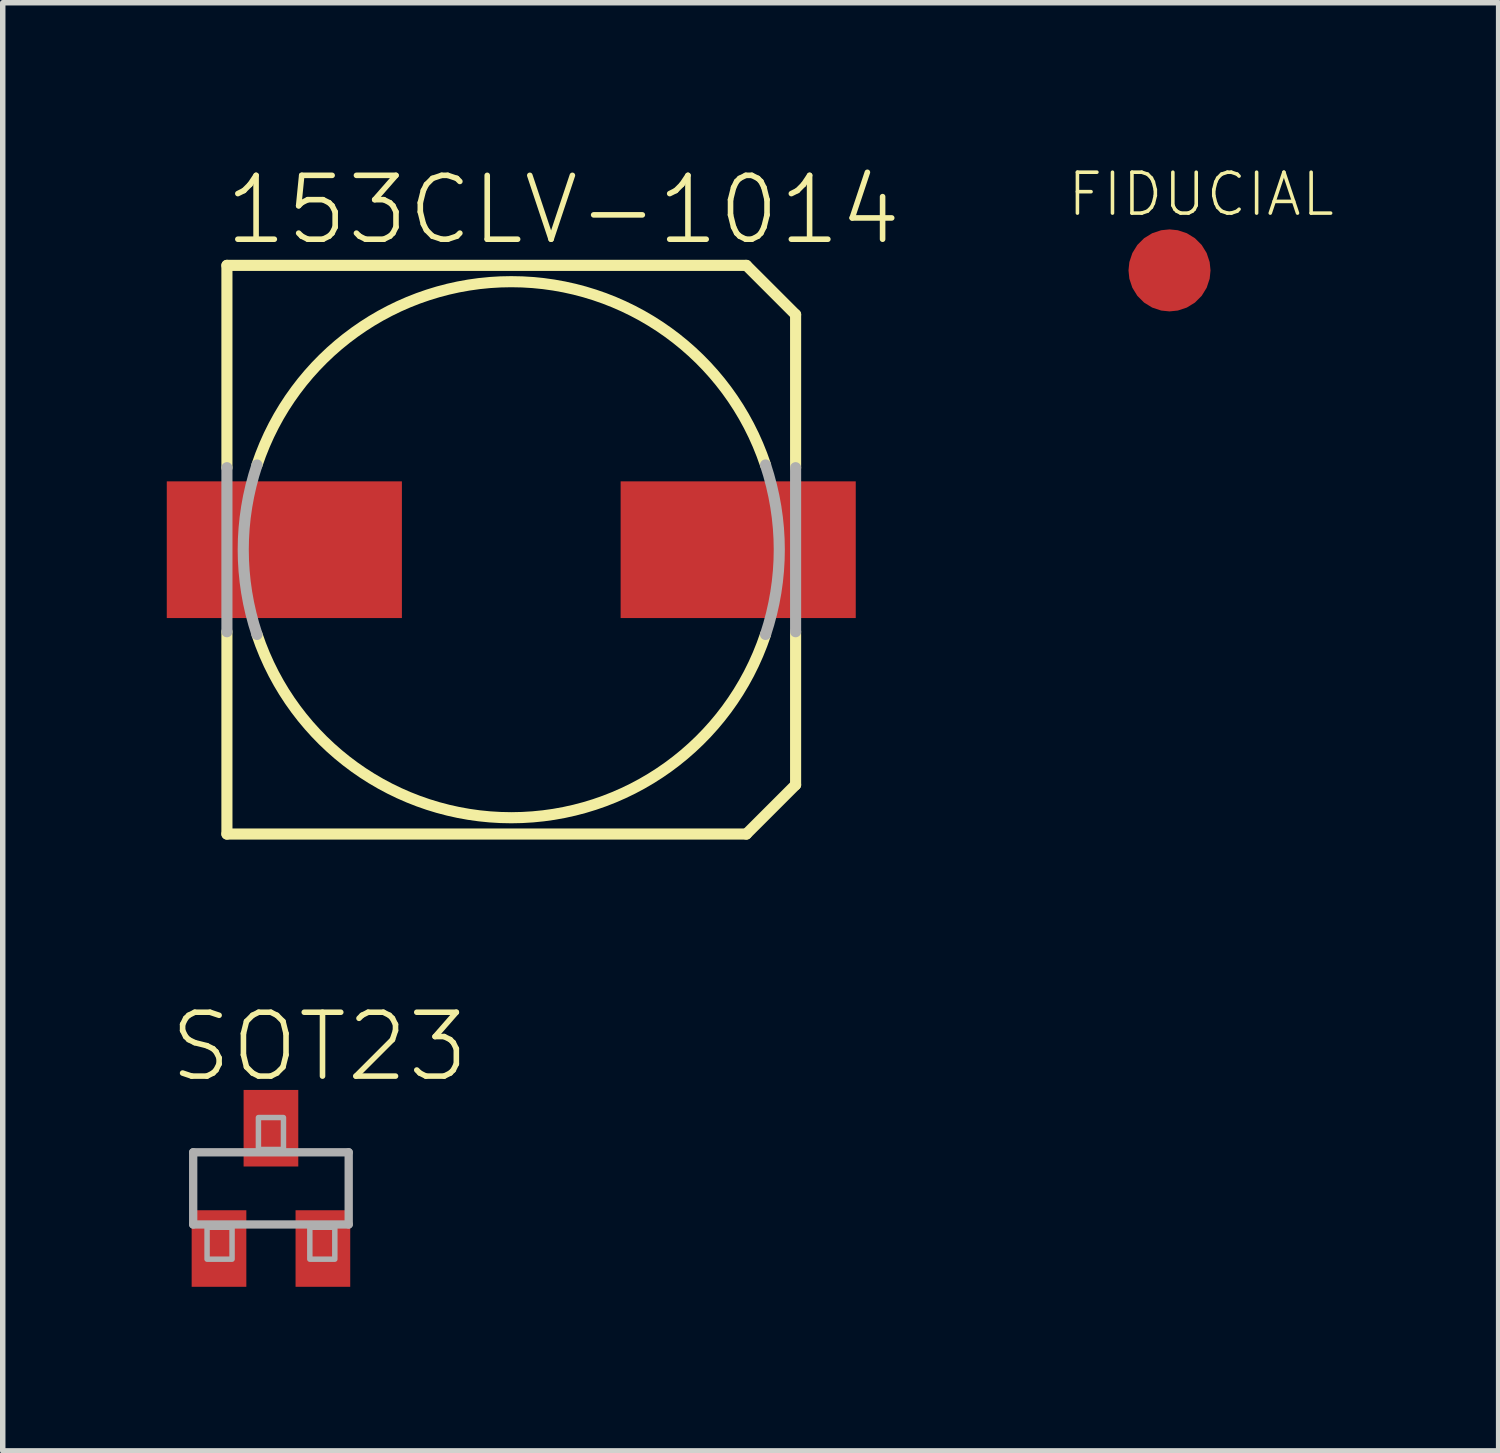
<source format=kicad_pcb>
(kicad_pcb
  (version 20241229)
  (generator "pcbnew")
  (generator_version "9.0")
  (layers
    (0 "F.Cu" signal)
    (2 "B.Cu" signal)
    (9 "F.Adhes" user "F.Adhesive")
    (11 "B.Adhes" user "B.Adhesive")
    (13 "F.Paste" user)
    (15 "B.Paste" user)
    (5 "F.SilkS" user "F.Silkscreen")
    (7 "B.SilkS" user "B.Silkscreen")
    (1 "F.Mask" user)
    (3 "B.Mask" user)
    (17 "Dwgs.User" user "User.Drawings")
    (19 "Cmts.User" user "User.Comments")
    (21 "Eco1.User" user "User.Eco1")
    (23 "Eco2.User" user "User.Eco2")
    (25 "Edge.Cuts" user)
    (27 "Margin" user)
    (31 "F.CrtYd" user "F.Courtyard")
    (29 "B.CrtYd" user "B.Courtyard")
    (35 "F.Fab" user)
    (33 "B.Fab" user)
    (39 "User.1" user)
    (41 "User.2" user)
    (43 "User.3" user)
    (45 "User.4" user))
  (footprint "SOT23"
    (layer "F.Cu")
    (at 1.905 18.683)
    (property "Reference" "SOT23" (at -1.905 -1.905 0) (layer "F.SilkS") (effects (font (size 1.168 1.168) (thickness 0.102)) (justify left bottom)))
    (fp_line (start -1.422 -0.66) (end 1.422 -0.66) (stroke (width 0.152) (type solid)) (layer "F.Fab"))
    (fp_line (start -1.422 0.66) (end -1.422 -0.66) (stroke (width 0.152) (type solid)) (layer "F.Fab"))
    (fp_line (start 1.422 -0.66) (end 1.422 0.66) (stroke (width 0.152) (type solid)) (layer "F.Fab"))
    (fp_line (start 1.422 0.66) (end -1.422 0.66) (stroke (width 0.152) (type solid)) (layer "F.Fab"))
    (fp_poly (pts (xy -1.168 1.295) (xy -0.711 1.295) (xy -0.711 0.711) (xy -1.168 0.711)) (stroke (width 0.1) (type default)) (fill no) (layer "F.Fab"))
    (fp_poly (pts (xy -0.229 -0.711) (xy 0.229 -0.711) (xy 0.229 -1.295) (xy -0.229 -1.295)) (stroke (width 0.1) (type default)) (fill no) (layer "F.Fab"))
    (fp_poly (pts (xy 0.711 1.295) (xy 1.168 1.295) (xy 1.168 0.711) (xy 0.711 0.711)) (stroke (width 0.1) (type default)) (fill no) (layer "F.Fab"))
    (pad "1" smd rect (at -0.95 1.1) (size 1 1.4) (layers "F.Cu" "F.Mask" "F.Paste"))
    (pad "2" smd rect (at 0.95 1.1) (size 1 1.4) (layers "F.Cu" "F.Mask" "F.Paste"))
    (pad "3" smd rect (at 0 -1.1) (size 1 1.4) (layers "F.Cu" "F.Mask" "F.Paste")))
  (footprint "FIDUCIAL"
    (layer "F.Cu")
    (at 18.338 1.895)
    (property "Reference" "FIDUCIAL" (at -1.905 -0.953 0) (layer "F.SilkS") (effects (font (size 0.748 0.748) (thickness 0.065)) (justify left bottom)))
    (fp_circle (center 0 0) (end 0.898 0) (stroke (width 1.796) (type solid)) (fill yes) (layer "F.Mask"))
    (pad "P$1" smd roundrect (at 0 0) (size 1.5 1.5) (layers "F.Cu" "F.Mask") (roundrect_rratio 0.5))
    (zone (net_name "") (layer "F.Cu") (hatch edge 0.5) (connect_pads) (min_thickness 0.25) (filled_areas_thickness no) (keepout (tracks not_allowed) (vias not_allowed) (pads not_allowed) (copperpour not_allowed) (footprints allowed)) (placement (enabled no)) (fill) (polygon (pts (xy 20.134 1.895) (xy 20.114 1.628) (xy 20.054 1.366) (xy 19.956 1.116) (xy 19.822 0.884) (xy 19.654 0.674) (xy 19.458 0.491) (xy 19.236 0.34) (xy 18.994 0.223) (xy 18.737 0.144) (xy 18.472 0.104) (xy 18.204 0.104) (xy 17.938 0.144) (xy 17.682 0.223) (xy 17.44 0.34) (xy 17.218 0.491) (xy 17.021 0.674) (xy 16.854 0.884) (xy 16.72 1.116) (xy 16.622 1.366) (xy 16.562 1.628) (xy 16.542 1.895) (xy 16.562 2.163) (xy 16.622 2.425) (xy 16.72 2.675) (xy 16.854 2.907) (xy 17.021 3.117) (xy 17.218 3.3) (xy 17.44 3.451) (xy 17.682 3.567) (xy 17.938 3.646) (xy 18.204 3.686) (xy 18.472 3.686) (xy 18.737 3.646) (xy 18.994 3.567) (xy 19.236 3.451) (xy 19.458 3.3) (xy 19.654 3.117) (xy 19.822 2.907) (xy 19.956 2.675) (xy 20.054 2.425) (xy 20.114 2.163)))))
  (footprint "153CLV-1014"
    (layer "F.Cu")
    (at 6.3 7.003)
    (property "Reference" "153CLV-1014" (at -5.29 -5.53 0) (layer "F.SilkS") (effects (font (size 1.168 1.168) (thickness 0.102)) (justify left bottom)))
    (fp_line (start -5.2 -5.2) (end 4.3 -5.2) (stroke (width 0.203) (type solid)) (layer "F.SilkS"))
    (fp_line (start -5.2 -1.5) (end -5.2 -5.2) (stroke (width 0.203) (type solid)) (layer "F.SilkS"))
    (fp_line (start -5.2 5.2) (end -5.2 1.5) (stroke (width 0.203) (type solid)) (layer "F.SilkS"))
    (fp_line (start 4.3 -5.2) (end 5.2 -4.3) (stroke (width 0.203) (type solid)) (layer "F.SilkS"))
    (fp_line (start 4.3 5.2) (end -5.2 5.2) (stroke (width 0.203) (type solid)) (layer "F.SilkS"))
    (fp_line (start 5.2 -4.3) (end 5.2 -1.5) (stroke (width 0.203) (type solid)) (layer "F.SilkS"))
    (fp_line (start 5.2 1.5) (end 5.2 4.3) (stroke (width 0.203) (type solid)) (layer "F.SilkS"))
    (fp_line (start 5.2 4.3) (end 4.3 5.2) (stroke (width 0.203) (type solid)) (layer "F.SilkS"))
    (fp_arc (start -4.65 -1.55) (mid 0 -4.90153) (end 4.65 -1.55) (stroke (width 0.2032) (type solid)) (layer "F.SilkS"))
    (fp_arc (start 4.65 1.55) (mid 0 4.90153) (end -4.65 1.55) (stroke (width 0.2032) (type solid)) (layer "F.SilkS"))
    (fp_line (start -5.2 1.5) (end -5.2 -1.5) (stroke (width 0.203) (type solid)) (layer "F.Fab"))
    (fp_line (start 5.2 -1.5) (end 5.2 1.5) (stroke (width 0.203) (type solid)) (layer "F.Fab"))
    (fp_arc (start -4.65 1.55) (mid -4.90153 0) (end -4.65 -1.55) (stroke (width 0.2032) (type solid)) (layer "F.Fab"))
    (fp_arc (start 4.65 -1.55) (mid 4.90153 0) (end 4.65 1.55) (stroke (width 0.2032) (type solid)) (layer "F.Fab"))
    (pad "1" smd rect (at 4.15 0) (size 4.3 2.5) (layers "F.Cu" "F.Mask" "F.Paste"))
    (pad "2" smd rect (at -4.15 0) (size 4.3 2.5) (layers "F.Cu" "F.Mask" "F.Paste")))
  (gr_rect
    (start -3 -3)
    (end 24.357 23.483)
    (stroke (width 0.1) (type default))
    (fill no)
    (layer "Edge.Cuts")))
</source>
